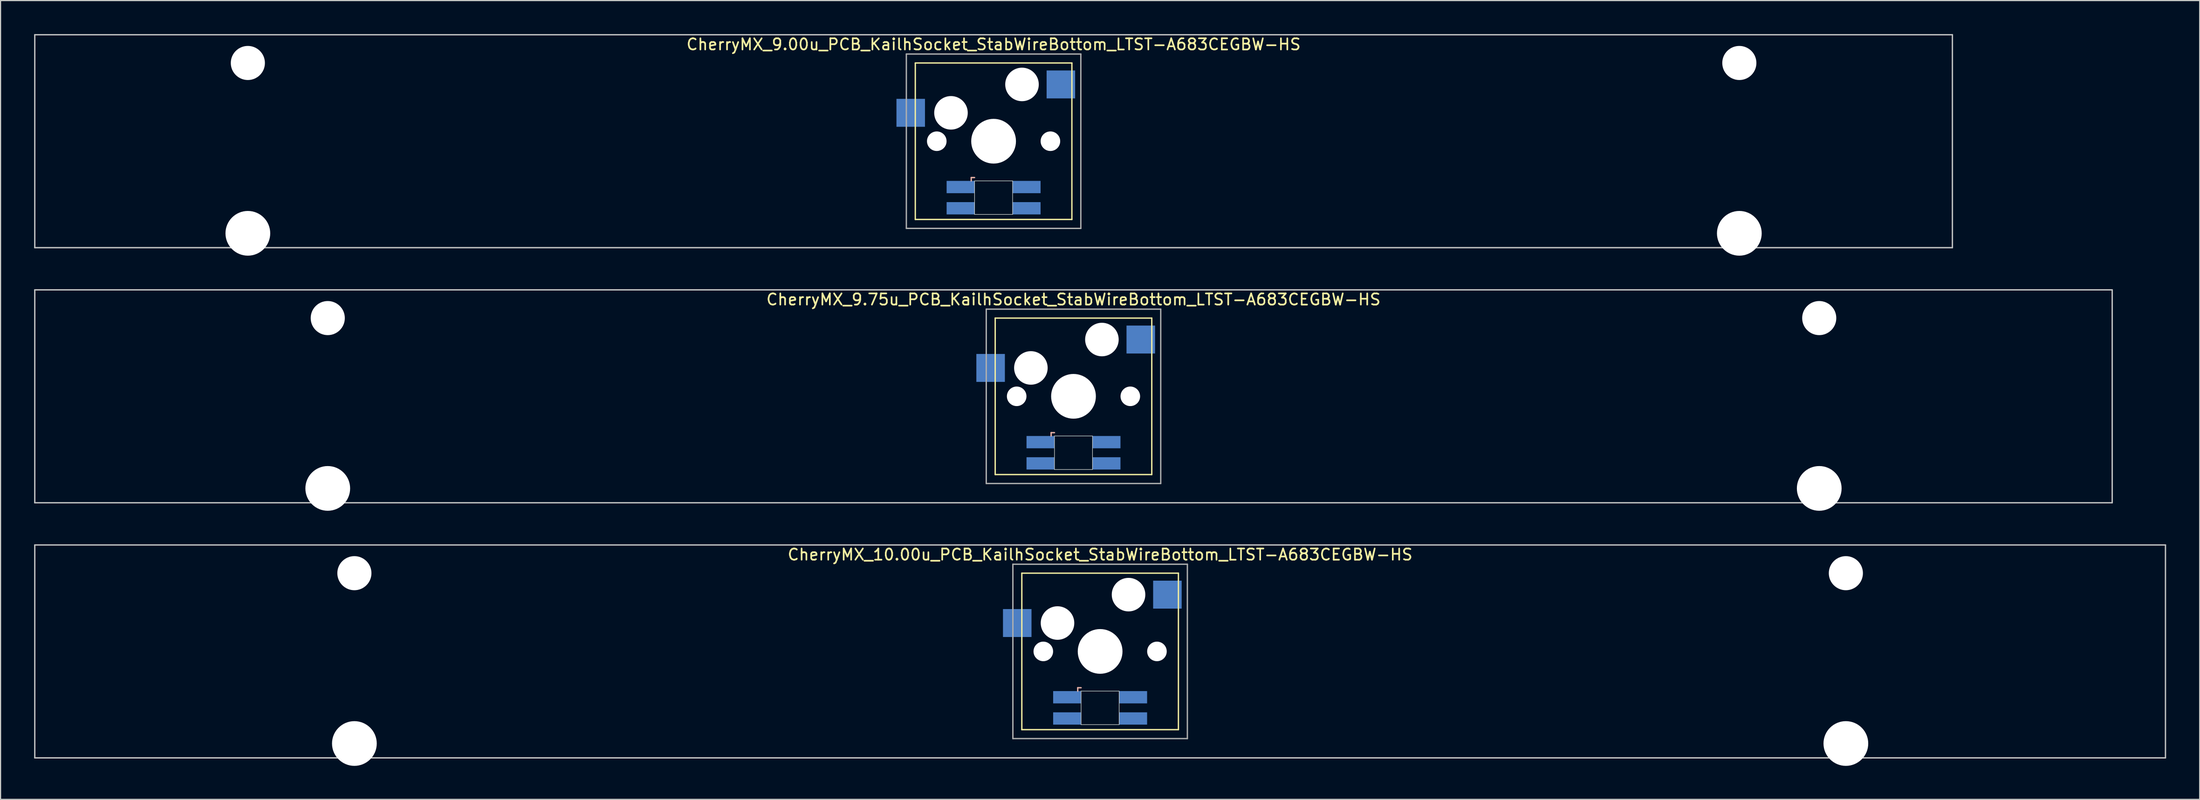
<source format=kicad_pcb>
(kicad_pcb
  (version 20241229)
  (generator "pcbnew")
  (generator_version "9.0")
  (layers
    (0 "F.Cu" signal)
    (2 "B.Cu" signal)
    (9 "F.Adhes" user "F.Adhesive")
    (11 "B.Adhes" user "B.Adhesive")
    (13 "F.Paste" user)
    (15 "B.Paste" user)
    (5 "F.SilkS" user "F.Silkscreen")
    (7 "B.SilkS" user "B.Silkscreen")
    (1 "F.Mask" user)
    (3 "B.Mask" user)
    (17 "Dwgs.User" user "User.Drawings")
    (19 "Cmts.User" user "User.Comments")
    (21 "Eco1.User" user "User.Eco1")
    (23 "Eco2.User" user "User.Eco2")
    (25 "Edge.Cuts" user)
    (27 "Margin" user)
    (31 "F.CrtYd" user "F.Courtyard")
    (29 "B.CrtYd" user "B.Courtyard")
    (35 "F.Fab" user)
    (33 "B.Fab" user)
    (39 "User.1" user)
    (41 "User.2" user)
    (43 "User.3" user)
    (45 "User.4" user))
  (footprint "CherryMX_9.00u_PCB_KailhSocket_StabWireBottom_LTST-A683CEGBW-HS"
    (layer "F.Cu")
    (at 85.785 9.585)
    (property "Reference" "CherryMX_9.00u_PCB_KailhSocket_StabWireBottom_LTST-A683CEGBW-HS" (at 0 -8.662 0) (layer "F.SilkS") (effects (font (size 1 1) (thickness 0.15))))
    (attr through_hole)
    (fp_line (start -7 -7) (end -7 7) (stroke (width 0.12) (type solid)) (layer "F.SilkS"))
    (fp_line (start -7 -7) (end 7 -7) (stroke (width 0.12) (type solid)) (layer "F.SilkS"))
    (fp_line (start 7 -7) (end 7 7) (stroke (width 0.12) (type solid)) (layer "F.SilkS"))
    (fp_line (start 7 7) (end -7 7) (stroke (width 0.12) (type solid)) (layer "F.SilkS"))
    (fp_line (start -2 3.25) (end -2 3.55) (stroke (width 0.12) (type solid)) (layer "B.SilkS"))
    (fp_line (start -1.7 3.25) (end -2 3.25) (stroke (width 0.12) (type solid)) (layer "B.SilkS"))
    (fp_line (start -85.725 -9.525) (end 85.725 -9.525) (stroke (width 0.12) (type solid)) (layer "Dwgs.User"))
    (fp_line (start -85.725 9.525) (end -85.725 -9.525) (stroke (width 0.12) (type solid)) (layer "Dwgs.User"))
    (fp_line (start 85.725 -9.525) (end 85.725 9.525) (stroke (width 0.12) (type solid)) (layer "Dwgs.User"))
    (fp_line (start 85.725 9.525) (end -85.725 9.525) (stroke (width 0.12) (type solid)) (layer "Dwgs.User"))
    (fp_line (start -1.7 3.55) (end 1.7 3.55) (stroke (width 0.05) (type solid)) (layer "Edge.Cuts"))
    (fp_line (start -1.7 6.55) (end -1.7 3.55) (stroke (width 0.05) (type solid)) (layer "Edge.Cuts"))
    (fp_line (start 1.7 3.55) (end 1.7 6.55) (stroke (width 0.05) (type solid)) (layer "Edge.Cuts"))
    (fp_line (start 1.7 6.55) (end -1.7 6.55) (stroke (width 0.05) (type solid)) (layer "Edge.Cuts"))
    (fp_line (start -7.8 -7.8) (end -7.8 7.8) (stroke (width 0.12) (type solid)) (layer "F.Fab"))
    (fp_line (start -7.8 -7.8) (end 7.8 -7.8) (stroke (width 0.12) (type solid)) (layer "F.Fab"))
    (fp_line (start -7.8 7.8) (end 7.8 7.8) (stroke (width 0.12) (type solid)) (layer "F.Fab"))
    (fp_line (start 7.8 -7.8) (end 7.8 7.8) (stroke (width 0.12) (type solid)) (layer "F.Fab"))
    (pad "" np_thru_hole circle (at -66.675 -7) (size 3.05 3.05) (drill 3.05) (layers "*.Cu" "*.Mask"))
    (pad "" np_thru_hole circle (at -66.675 8.24) (size 4 4) (drill 4) (layers "*.Cu" "*.Mask"))
    (pad "" np_thru_hole circle (at -5.08 0) (size 1.75 1.75) (drill 1.75) (layers "*.Cu" "*.Mask"))
    (pad "" np_thru_hole circle (at -3.81 -2.54) (size 3 3) (drill 3) (layers "*.Cu" "*.Mask"))
    (pad "" np_thru_hole circle (at 0 0) (size 4 4) (drill 4) (layers "*.Cu" "*.Mask"))
    (pad "" np_thru_hole circle (at 2.54 -5.08) (size 3 3) (drill 3) (layers "*.Cu" "*.Mask"))
    (pad "" np_thru_hole circle (at 5.08 0) (size 1.75 1.75) (drill 1.75) (layers "*.Cu" "*.Mask"))
    (pad "" np_thru_hole circle (at 66.675 -7) (size 3.05 3.05) (drill 3.05) (layers "*.Cu" "*.Mask"))
    (pad "" np_thru_hole circle (at 66.675 8.24) (size 4 4) (drill 4) (layers "*.Cu" "*.Mask"))
    (pad "1" smd rect (at -7.41 -2.54) (size 2.55 2.5) (layers "B.Cu" "B.Mask" "B.Paste"))
    (pad "2" smd rect (at 6.015 -5.08) (size 2.55 2.5) (layers "B.Cu" "B.Mask" "B.Paste"))
    (pad "3" smd rect (at -2.95 4.1) (size 2.5 1.1) (layers "B.Cu" "B.Mask" "B.Paste"))
    (pad "4" smd rect (at -2.95 6) (size 2.5 1.1) (layers "B.Cu" "B.Mask" "B.Paste"))
    (pad "5" smd rect (at 2.95 4.1) (size 2.5 1.1) (layers "B.Cu" "B.Mask" "B.Paste"))
    (pad "6" smd rect (at 2.95 6) (size 2.5 1.1) (layers "B.Cu" "B.Mask" "B.Paste")))
  (footprint "CherryMX_10.00u_PCB_KailhSocket_StabWireBottom_LTST-A683CEGBW-HS"
    (layer "F.Cu")
    (at 95.31 55.235)
    (property "Reference" "CherryMX_10.00u_PCB_KailhSocket_StabWireBottom_LTST-A683CEGBW-HS" (at 0 -8.662 0) (layer "F.SilkS") (effects (font (size 1 1) (thickness 0.15))))
    (attr through_hole)
    (fp_line (start -7 -7) (end -7 7) (stroke (width 0.12) (type solid)) (layer "F.SilkS"))
    (fp_line (start -7 -7) (end 7 -7) (stroke (width 0.12) (type solid)) (layer "F.SilkS"))
    (fp_line (start 7 -7) (end 7 7) (stroke (width 0.12) (type solid)) (layer "F.SilkS"))
    (fp_line (start 7 7) (end -7 7) (stroke (width 0.12) (type solid)) (layer "F.SilkS"))
    (fp_line (start -2 3.25) (end -2 3.55) (stroke (width 0.12) (type solid)) (layer "B.SilkS"))
    (fp_line (start -1.7 3.25) (end -2 3.25) (stroke (width 0.12) (type solid)) (layer "B.SilkS"))
    (fp_line (start -95.25 -9.525) (end 95.25 -9.525) (stroke (width 0.12) (type solid)) (layer "Dwgs.User"))
    (fp_line (start -95.25 9.525) (end -95.25 -9.525) (stroke (width 0.12) (type solid)) (layer "Dwgs.User"))
    (fp_line (start 95.25 -9.525) (end 95.25 9.525) (stroke (width 0.12) (type solid)) (layer "Dwgs.User"))
    (fp_line (start 95.25 9.525) (end -95.25 9.525) (stroke (width 0.12) (type solid)) (layer "Dwgs.User"))
    (fp_line (start -1.7 3.55) (end 1.7 3.55) (stroke (width 0.05) (type solid)) (layer "Edge.Cuts"))
    (fp_line (start -1.7 6.55) (end -1.7 3.55) (stroke (width 0.05) (type solid)) (layer "Edge.Cuts"))
    (fp_line (start 1.7 3.55) (end 1.7 6.55) (stroke (width 0.05) (type solid)) (layer "Edge.Cuts"))
    (fp_line (start 1.7 6.55) (end -1.7 6.55) (stroke (width 0.05) (type solid)) (layer "Edge.Cuts"))
    (fp_line (start -7.8 -7.8) (end -7.8 7.8) (stroke (width 0.12) (type solid)) (layer "F.Fab"))
    (fp_line (start -7.8 -7.8) (end 7.8 -7.8) (stroke (width 0.12) (type solid)) (layer "F.Fab"))
    (fp_line (start -7.8 7.8) (end 7.8 7.8) (stroke (width 0.12) (type solid)) (layer "F.Fab"))
    (fp_line (start 7.8 -7.8) (end 7.8 7.8) (stroke (width 0.12) (type solid)) (layer "F.Fab"))
    (pad "" np_thru_hole circle (at -66.675 -7) (size 3.05 3.05) (drill 3.05) (layers "*.Cu" "*.Mask"))
    (pad "" np_thru_hole circle (at -66.675 8.24) (size 4 4) (drill 4) (layers "*.Cu" "*.Mask"))
    (pad "" np_thru_hole circle (at -5.08 0) (size 1.75 1.75) (drill 1.75) (layers "*.Cu" "*.Mask"))
    (pad "" np_thru_hole circle (at -3.81 -2.54) (size 3 3) (drill 3) (layers "*.Cu" "*.Mask"))
    (pad "" np_thru_hole circle (at 0 0) (size 4 4) (drill 4) (layers "*.Cu" "*.Mask"))
    (pad "" np_thru_hole circle (at 2.54 -5.08) (size 3 3) (drill 3) (layers "*.Cu" "*.Mask"))
    (pad "" np_thru_hole circle (at 5.08 0) (size 1.75 1.75) (drill 1.75) (layers "*.Cu" "*.Mask"))
    (pad "" np_thru_hole circle (at 66.675 -7) (size 3.05 3.05) (drill 3.05) (layers "*.Cu" "*.Mask"))
    (pad "" np_thru_hole circle (at 66.675 8.24) (size 4 4) (drill 4) (layers "*.Cu" "*.Mask"))
    (pad "1" smd rect (at -7.41 -2.54) (size 2.55 2.5) (layers "B.Cu" "B.Mask" "B.Paste"))
    (pad "2" smd rect (at 6.015 -5.08) (size 2.55 2.5) (layers "B.Cu" "B.Mask" "B.Paste"))
    (pad "3" smd rect (at -2.95 4.1) (size 2.5 1.1) (layers "B.Cu" "B.Mask" "B.Paste"))
    (pad "4" smd rect (at -2.95 6) (size 2.5 1.1) (layers "B.Cu" "B.Mask" "B.Paste"))
    (pad "5" smd rect (at 2.95 4.1) (size 2.5 1.1) (layers "B.Cu" "B.Mask" "B.Paste"))
    (pad "6" smd rect (at 2.95 6) (size 2.5 1.1) (layers "B.Cu" "B.Mask" "B.Paste")))
  (footprint "CherryMX_9.75u_PCB_KailhSocket_StabWireBottom_LTST-A683CEGBW-HS"
    (layer "F.Cu")
    (at 92.929 32.41)
    (property "Reference" "CherryMX_9.75u_PCB_KailhSocket_StabWireBottom_LTST-A683CEGBW-HS" (at 0 -8.662 0) (layer "F.SilkS") (effects (font (size 1 1) (thickness 0.15))))
    (attr through_hole)
    (fp_line (start -7 -7) (end -7 7) (stroke (width 0.12) (type solid)) (layer "F.SilkS"))
    (fp_line (start -7 -7) (end 7 -7) (stroke (width 0.12) (type solid)) (layer "F.SilkS"))
    (fp_line (start 7 -7) (end 7 7) (stroke (width 0.12) (type solid)) (layer "F.SilkS"))
    (fp_line (start 7 7) (end -7 7) (stroke (width 0.12) (type solid)) (layer "F.SilkS"))
    (fp_line (start -2 3.25) (end -2 3.55) (stroke (width 0.12) (type solid)) (layer "B.SilkS"))
    (fp_line (start -1.7 3.25) (end -2 3.25) (stroke (width 0.12) (type solid)) (layer "B.SilkS"))
    (fp_line (start -92.869 -9.525) (end 92.869 -9.525) (stroke (width 0.12) (type solid)) (layer "Dwgs.User"))
    (fp_line (start -92.869 9.525) (end -92.869 -9.525) (stroke (width 0.12) (type solid)) (layer "Dwgs.User"))
    (fp_line (start 92.869 -9.525) (end 92.869 9.525) (stroke (width 0.12) (type solid)) (layer "Dwgs.User"))
    (fp_line (start 92.869 9.525) (end -92.869 9.525) (stroke (width 0.12) (type solid)) (layer "Dwgs.User"))
    (fp_line (start -1.7 3.55) (end 1.7 3.55) (stroke (width 0.05) (type solid)) (layer "Edge.Cuts"))
    (fp_line (start -1.7 6.55) (end -1.7 3.55) (stroke (width 0.05) (type solid)) (layer "Edge.Cuts"))
    (fp_line (start 1.7 3.55) (end 1.7 6.55) (stroke (width 0.05) (type solid)) (layer "Edge.Cuts"))
    (fp_line (start 1.7 6.55) (end -1.7 6.55) (stroke (width 0.05) (type solid)) (layer "Edge.Cuts"))
    (fp_line (start -7.8 -7.8) (end -7.8 7.8) (stroke (width 0.12) (type solid)) (layer "F.Fab"))
    (fp_line (start -7.8 -7.8) (end 7.8 -7.8) (stroke (width 0.12) (type solid)) (layer "F.Fab"))
    (fp_line (start -7.8 7.8) (end 7.8 7.8) (stroke (width 0.12) (type solid)) (layer "F.Fab"))
    (fp_line (start 7.8 -7.8) (end 7.8 7.8) (stroke (width 0.12) (type solid)) (layer "F.Fab"))
    (pad "" np_thru_hole circle (at -66.675 -7) (size 3.05 3.05) (drill 3.05) (layers "*.Cu" "*.Mask"))
    (pad "" np_thru_hole circle (at -66.675 8.24) (size 4 4) (drill 4) (layers "*.Cu" "*.Mask"))
    (pad "" np_thru_hole circle (at -5.08 0) (size 1.75 1.75) (drill 1.75) (layers "*.Cu" "*.Mask"))
    (pad "" np_thru_hole circle (at -3.81 -2.54) (size 3 3) (drill 3) (layers "*.Cu" "*.Mask"))
    (pad "" np_thru_hole circle (at 0 0) (size 4 4) (drill 4) (layers "*.Cu" "*.Mask"))
    (pad "" np_thru_hole circle (at 2.54 -5.08) (size 3 3) (drill 3) (layers "*.Cu" "*.Mask"))
    (pad "" np_thru_hole circle (at 5.08 0) (size 1.75 1.75) (drill 1.75) (layers "*.Cu" "*.Mask"))
    (pad "" np_thru_hole circle (at 66.675 -7) (size 3.05 3.05) (drill 3.05) (layers "*.Cu" "*.Mask"))
    (pad "" np_thru_hole circle (at 66.675 8.24) (size 4 4) (drill 4) (layers "*.Cu" "*.Mask"))
    (pad "1" smd rect (at -7.41 -2.54) (size 2.55 2.5) (layers "B.Cu" "B.Mask" "B.Paste"))
    (pad "2" smd rect (at 6.015 -5.08) (size 2.55 2.5) (layers "B.Cu" "B.Mask" "B.Paste"))
    (pad "3" smd rect (at -2.95 4.1) (size 2.5 1.1) (layers "B.Cu" "B.Mask" "B.Paste"))
    (pad "4" smd rect (at -2.95 6) (size 2.5 1.1) (layers "B.Cu" "B.Mask" "B.Paste"))
    (pad "5" smd rect (at 2.95 4.1) (size 2.5 1.1) (layers "B.Cu" "B.Mask" "B.Paste"))
    (pad "6" smd rect (at 2.95 6) (size 2.5 1.1) (layers "B.Cu" "B.Mask" "B.Paste")))
  (gr_rect
    (start -3 -3)
    (end 193.62 68.475)
    (stroke (width 0.1) (type default))
    (fill no)
    (layer "Edge.Cuts")))
</source>
